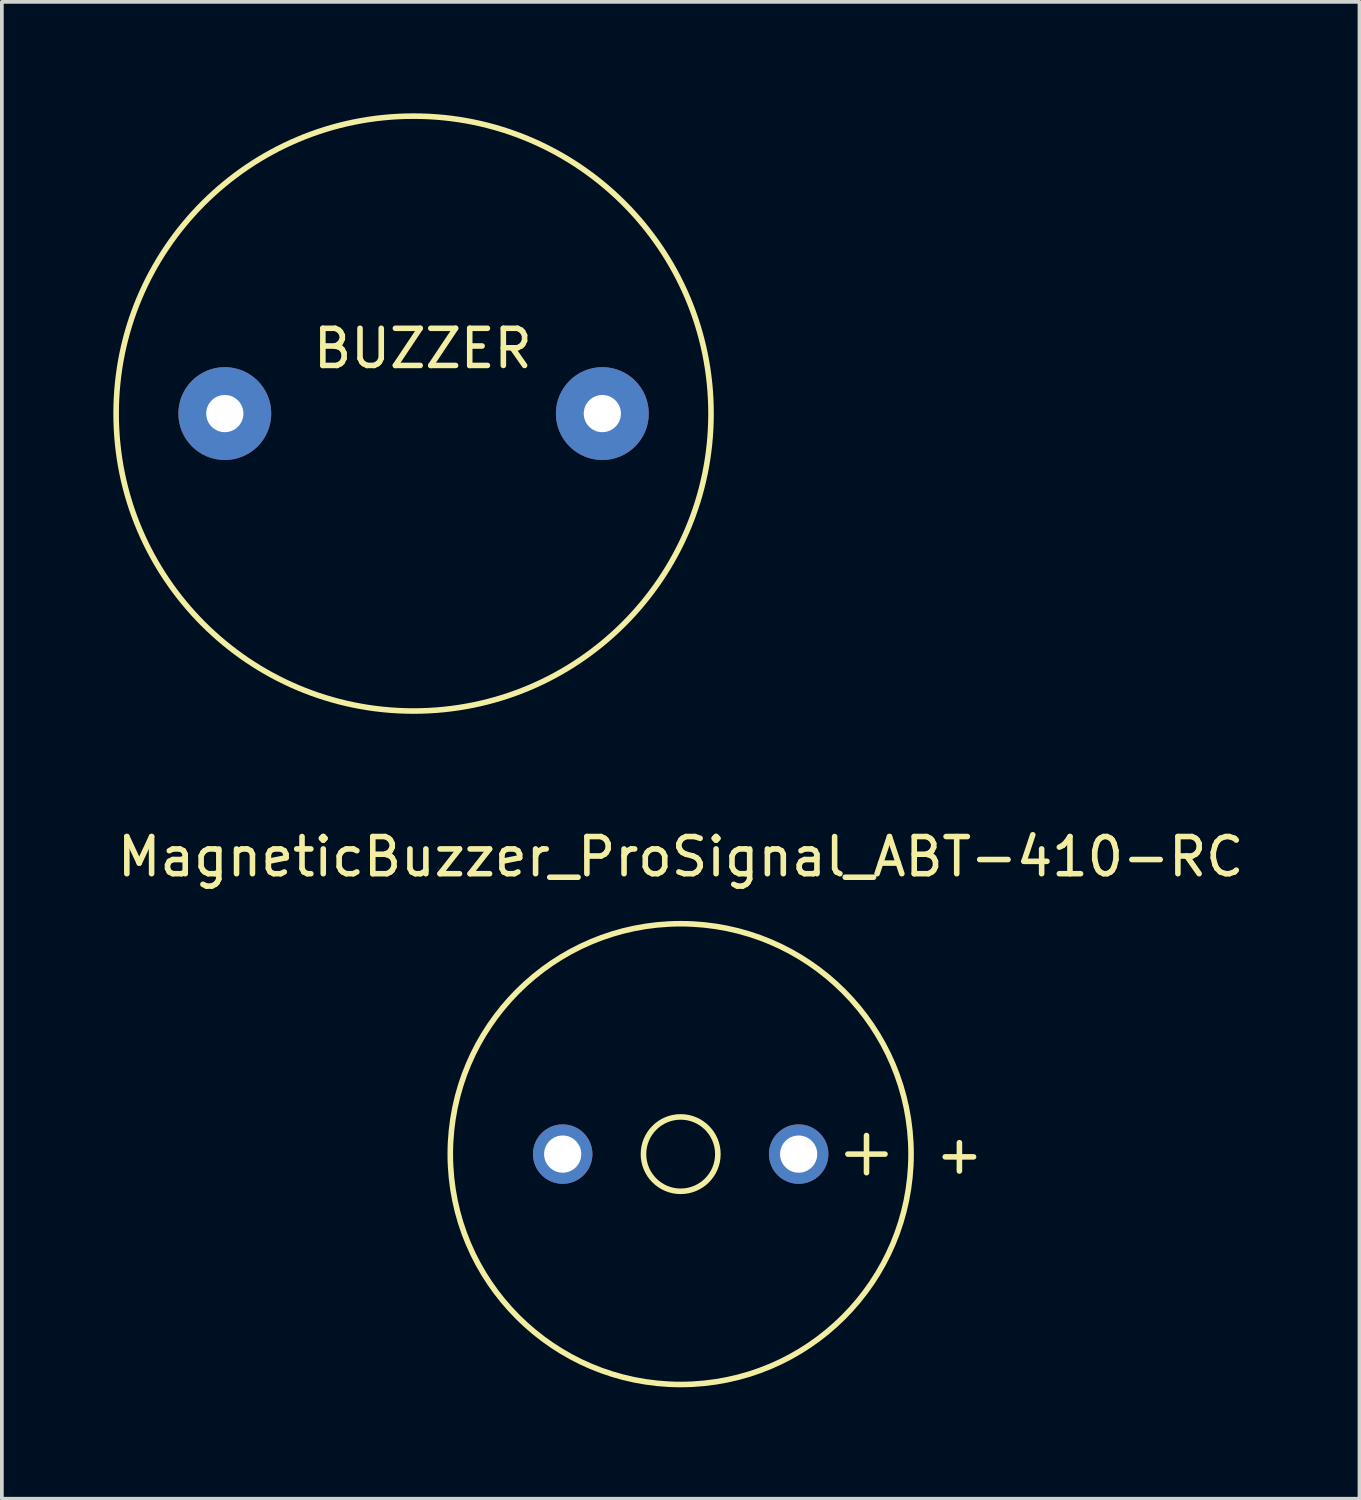
<source format=kicad_pcb>
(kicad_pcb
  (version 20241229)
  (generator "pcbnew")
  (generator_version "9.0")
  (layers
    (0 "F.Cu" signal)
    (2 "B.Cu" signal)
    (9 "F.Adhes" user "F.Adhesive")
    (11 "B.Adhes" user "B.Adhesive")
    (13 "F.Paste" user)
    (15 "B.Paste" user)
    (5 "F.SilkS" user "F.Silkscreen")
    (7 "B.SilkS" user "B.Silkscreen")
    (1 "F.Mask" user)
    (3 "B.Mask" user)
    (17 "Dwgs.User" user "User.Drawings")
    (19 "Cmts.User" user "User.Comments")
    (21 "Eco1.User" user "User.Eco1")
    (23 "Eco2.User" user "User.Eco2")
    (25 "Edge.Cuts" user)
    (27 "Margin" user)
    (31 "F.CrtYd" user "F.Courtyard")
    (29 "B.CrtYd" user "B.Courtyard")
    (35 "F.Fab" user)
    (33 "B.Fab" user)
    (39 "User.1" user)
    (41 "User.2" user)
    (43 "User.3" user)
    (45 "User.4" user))
  (footprint "BUZZER"
    (layer "F.Cu")
    (at 8.08 8.08)
    (property "Reference" "BUZZER" (at 0.249 -1.75 0) (layer "F.SilkS") (effects (font (size 1 1) (thickness 0.15))))
    (attr through_hole)
    (fp_circle (center 0 0) (end 8.001 0.249) (stroke (width 0.15) (type solid)) (fill no) (layer "F.SilkS"))
    (pad "1" thru_hole circle (at -5.08 0) (size 2.499 2.499) (drill 1.001) (layers "*.Cu" "*.Mask"))
    (pad "2" thru_hole circle (at 5.08 0) (size 2.499 2.499) (drill 1.001) (layers "*.Cu" "*.Mask")))
  (footprint "MagneticBuzzer_ProSignal_ABT-410-RC"
    (layer "F.Cu")
    (at 12.093 28.009)
    (property "Reference" "MagneticBuzzer_ProSignal_ABT-410-RC" (at 3.175 -8.001 0) (layer "F.SilkS") (effects (font (size 1 1) (thickness 0.15))))
    (attr through_hole)
    (fp_line (start 7.676 0) (end 8.674 0) (stroke (width 0.15) (type solid)) (layer "F.SilkS"))
    (fp_line (start 8.176 -0.5) (end 8.176 0.5) (stroke (width 0.15) (type solid)) (layer "F.SilkS"))
    (fp_circle (center 3.175 0) (end 4.176 0) (stroke (width 0.15) (type solid)) (fill no) (layer "F.SilkS"))
    (fp_circle (center 3.175 0) (end 9.375 0) (stroke (width 0.15) (type solid)) (fill no) (layer "F.SilkS"))
    (fp_text user "+" (at 10.676 0 0) (layer "F.SilkS") (effects (font (size 1 1) (thickness 0.15))))
    (pad "1" thru_hole circle (at 0 0) (size 1.6 1.6) (drill 1.001) (layers "*.Cu" "*.Mask"))
    (pad "2" thru_hole circle (at 6.35 0) (size 1.6 1.6) (drill 1.001) (layers "*.Cu" "*.Mask")))
  (gr_rect
    (start -3 -3)
    (end 33.536 37.284)
    (stroke (width 0.1) (type default))
    (fill no)
    (layer "Edge.Cuts")))
</source>
